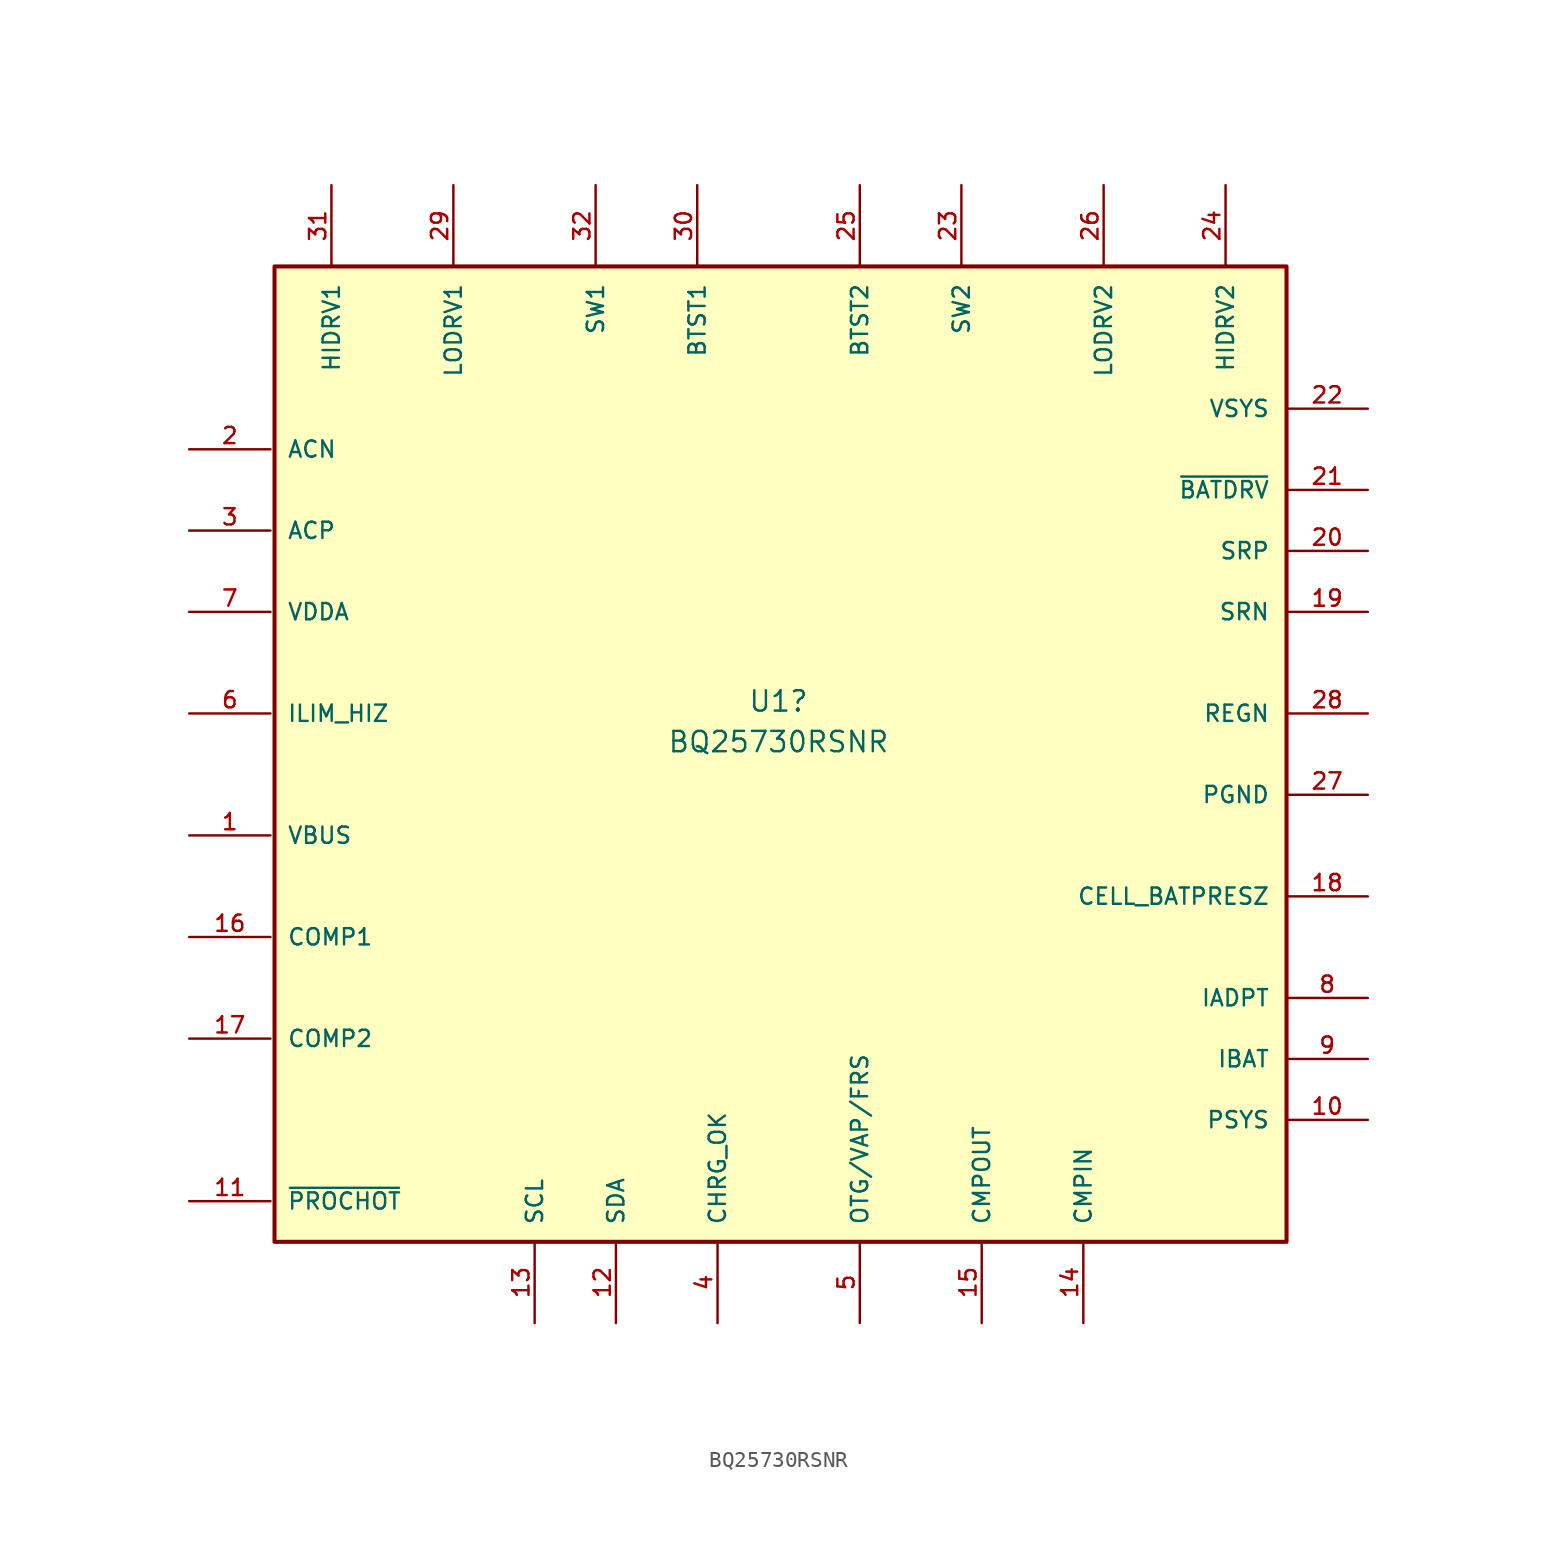
<source format=kicad_sym>
(kicad_symbol_lib
  (version 20241209)
  (generator "kicad_symbol_editor")
  (generator_version "9.0")
  (symbol "BQ25730RSNR"
    (pin_names
      (offset 1.016))
    (property "Reference" "U1"
      (at 0 2.032 0)
      (effects (font (size 1.27 1.27))))
    (property "Value" "BQ25730RSNR"
      (at 0 -0.508 0)
      (effects (font (size 1.27 1.27))))
    (property "SNAPEDA_PN" ""
      (at 0 0 0)
      (effects (font (size 1.27 1.27))))
    (symbol "BQ25730RSNR_0_0"
      (rectangle (start -31.496 29.21) (end 31.75 -31.75) (stroke (width 0.254) (type default)) (fill (type background)))
      (pin input line (at -36.83 17.78 0) (length 5.08) (name "ACN" (effects (font (size 1.016 1.016)))) (number "2" (effects (font (size 1.016 1.016)))))
      (pin input line (at -36.83 12.7 0) (length 5.08) (name "ACP" (effects (font (size 1.016 1.016)))) (number "3" (effects (font (size 1.016 1.016)))))
      (pin power_in line (at -36.83 7.62 0) (length 5.08) (name "VDDA" (effects (font (size 1.016 1.016)))) (number "7" (effects (font (size 1.016 1.016)))))
      (pin input line (at -36.83 1.27 0) (length 5.08) (name "ILIM_HIZ" (effects (font (size 1.016 1.016)))) (number "6" (effects (font (size 1.016 1.016)))))
      (pin power_in line (at -36.83 -6.35 0) (length 5.08) (name "VBUS" (effects (font (size 1.016 1.016)))) (number "1" (effects (font (size 1.016 1.016)))))
      (pin input line (at -36.83 -12.7 0) (length 5.08) (name "COMP1" (effects (font (size 1.016 1.016)))) (number "16" (effects (font (size 1.016 1.016)))))
      (pin input line (at -36.83 -19.05 0) (length 5.08) (name "COMP2" (effects (font (size 1.016 1.016)))) (number "17" (effects (font (size 1.016 1.016)))))
      (pin output line (at -36.83 -29.21 0) (length 5.08) (name "~{PROCHOT}" (effects (font (size 1.016 1.016)))) (number "11" (effects (font (size 1.016 1.016)))))
      (pin output line (at -27.94 34.29 270) (length 5.08) (name "HIDRV1" (effects (font (size 1.016 1.016)))) (number "31" (effects (font (size 1.016 1.016)))))
      (pin output line (at -20.32 34.29 270) (length 5.08) (name "LODRV1" (effects (font (size 1.016 1.016)))) (number "29" (effects (font (size 1.016 1.016)))))
      (pin output line (at -11.43 34.29 270) (length 5.08) (name "SW1" (effects (font (size 1.016 1.016)))) (number "32" (effects (font (size 1.016 1.016)))))
      (pin bidirectional line (at -10.16 -36.83 90) (length 5.08) (name "SDA" (effects (font (size 1.016 1.016)))) (number "12" (effects (font (size 1.016 1.016)))))
      (pin output line (at -3.81 -36.83 90) (length 5.08) (name "CHRG_OK" (effects (font (size 1.016 1.016)))) (number "4" (effects (font (size 1.016 1.016)))))
      (pin input line (at 5.08 -36.83 90) (length 5.08) (name "OTG/VAP/FRS" (effects (font (size 1.016 1.016)))) (number "5" (effects (font (size 1.016 1.016)))))
      (pin output line (at 11.43 34.29 270) (length 5.08) (name "SW2" (effects (font (size 1.016 1.016)))) (number "23" (effects (font (size 1.016 1.016)))))
      (pin output line (at 12.7 -36.83 90) (length 5.08) (name "CMPOUT" (effects (font (size 1.016 1.016)))) (number "15" (effects (font (size 1.016 1.016)))))
      (pin input line (at 19.05 -36.83 90) (length 5.08) (name "CMPIN" (effects (font (size 1.016 1.016)))) (number "14" (effects (font (size 1.016 1.016)))))
      (pin output line (at 20.32 34.29 270) (length 5.08) (name "LODRV2" (effects (font (size 1.016 1.016)))) (number "26" (effects (font (size 1.016 1.016)))))
      (pin output line (at 27.94 34.29 270) (length 5.08) (name "HIDRV2" (effects (font (size 1.016 1.016)))) (number "24" (effects (font (size 1.016 1.016)))))
      (pin power_in line (at 36.83 20.32 180) (length 5.08) (name "VSYS" (effects (font (size 1.016 1.016)))) (number "22" (effects (font (size 1.016 1.016)))))
      (pin output line (at 36.83 15.24 180) (length 5.08) (name "~{BATDRV}" (effects (font (size 1.016 1.016)))) (number "21" (effects (font (size 1.016 1.016)))))
      (pin input line (at 36.83 11.43 180) (length 5.08) (name "SRP" (effects (font (size 1.016 1.016)))) (number "20" (effects (font (size 1.016 1.016)))))
      (pin input line (at 36.83 7.62 180) (length 5.08) (name "SRN" (effects (font (size 1.016 1.016)))) (number "19" (effects (font (size 1.016 1.016)))))
      (pin output line (at 36.83 1.27 180) (length 5.08) (name "REGN" (effects (font (size 1.016 1.016)))) (number "28" (effects (font (size 1.016 1.016)))))
      (pin input line (at 36.83 -10.16 180) (length 5.08) (name "CELL_BATPRESZ" (effects (font (size 1.016 1.016)))) (number "18" (effects (font (size 1.016 1.016)))))
      (pin output line (at 36.83 -16.51 180) (length 5.08) (name "IADPT" (effects (font (size 1.016 1.016)))) (number "8" (effects (font (size 1.016 1.016)))))
      (pin output line (at 36.83 -20.32 180) (length 5.08) (name "IBAT" (effects (font (size 1.016 1.016)))) (number "9" (effects (font (size 1.016 1.016)))))
      (pin output line (at 36.83 -24.13 180) (length 5.08) (name "PSYS" (effects (font (size 1.016 1.016)))) (number "10" (effects (font (size 1.016 1.016))))))
    (symbol "BQ25730RSNR_1_0"
      (pin bidirectional line (at -15.24 -36.83 90) (length 5.08) (name "SCL" (effects (font (size 1.016 1.016)))) (number "13" (effects (font (size 1.016 1.016)))))
      (pin input line (at -5.08 34.29 270) (length 5.08) (name "BTST1" (effects (font (size 1.016 1.016)))) (number "30" (effects (font (size 1.016 1.016)))))
      (pin input line (at 5.08 34.29 270) (length 5.08) (name "BTST2" (effects (font (size 1.016 1.016)))) (number "25" (effects (font (size 1.016 1.016)))))
      (pin power_in line (at 36.83 -3.81 180) (length 5.08) (name "PGND" (effects (font (size 1.016 1.016)))) (number "27" (effects (font (size 1.016 1.016)))))
      (pin power_in line (at 36.83 -3.81 180) (length 5.08) (hide yes) (name "35" (effects (font (size 1.27 1.27)))) (number "35" (effects (font (size 1.27 1.27))))))
    (symbol "BQ25730RSNR_1_1"
      (pin power_in line (at 36.83 -3.81 180) (length 5.08) (hide yes) (name "33" (effects (font (size 1.27 1.27)))) (number "33" (effects (font (size 1.27 1.27)))))
      (pin power_in line (at 36.83 -3.81 180) (length 5.08) (hide yes) (name "34" (effects (font (size 1.27 1.27)))) (number "34" (effects (font (size 1.27 1.27)))))
      (pin power_in line (at 36.83 -3.81 180) (length 5.08) (hide yes) (name "36" (effects (font (size 1.27 1.27)))) (number "36" (effects (font (size 1.27 1.27)))))
      (pin power_in line (at 36.83 -3.81 180) (length 5.08) (hide yes) (name "37" (effects (font (size 1.27 1.27)))) (number "37" (effects (font (size 1.27 1.27)))))
      (pin power_in line (at 36.83 -3.81 180) (length 5.08) (hide yes) (name "38" (effects (font (size 1.27 1.27)))) (number "38" (effects (font (size 1.27 1.27)))))
      (pin power_in line (at 36.83 -3.81 180) (length 5.08) (hide yes) (name "39" (effects (font (size 1.27 1.27)))) (number "39" (effects (font (size 1.27 1.27)))))
      (pin power_in line (at 36.83 -3.81 180) (length 5.08) (hide yes) (name "40" (effects (font (size 1.27 1.27)))) (number "40" (effects (font (size 1.27 1.27)))))
      (pin power_in line (at 36.83 -3.81 180) (length 5.08) (hide yes) (name "41" (effects (font (size 1.27 1.27)))) (number "41" (effects (font (size 1.27 1.27)))))
      (pin power_in line (at 36.83 -3.81 180) (length 5.08) (hide yes) (name "42" (effects (font (size 1.27 1.27)))) (number "42" (effects (font (size 1.27 1.27))))))))
</source>
